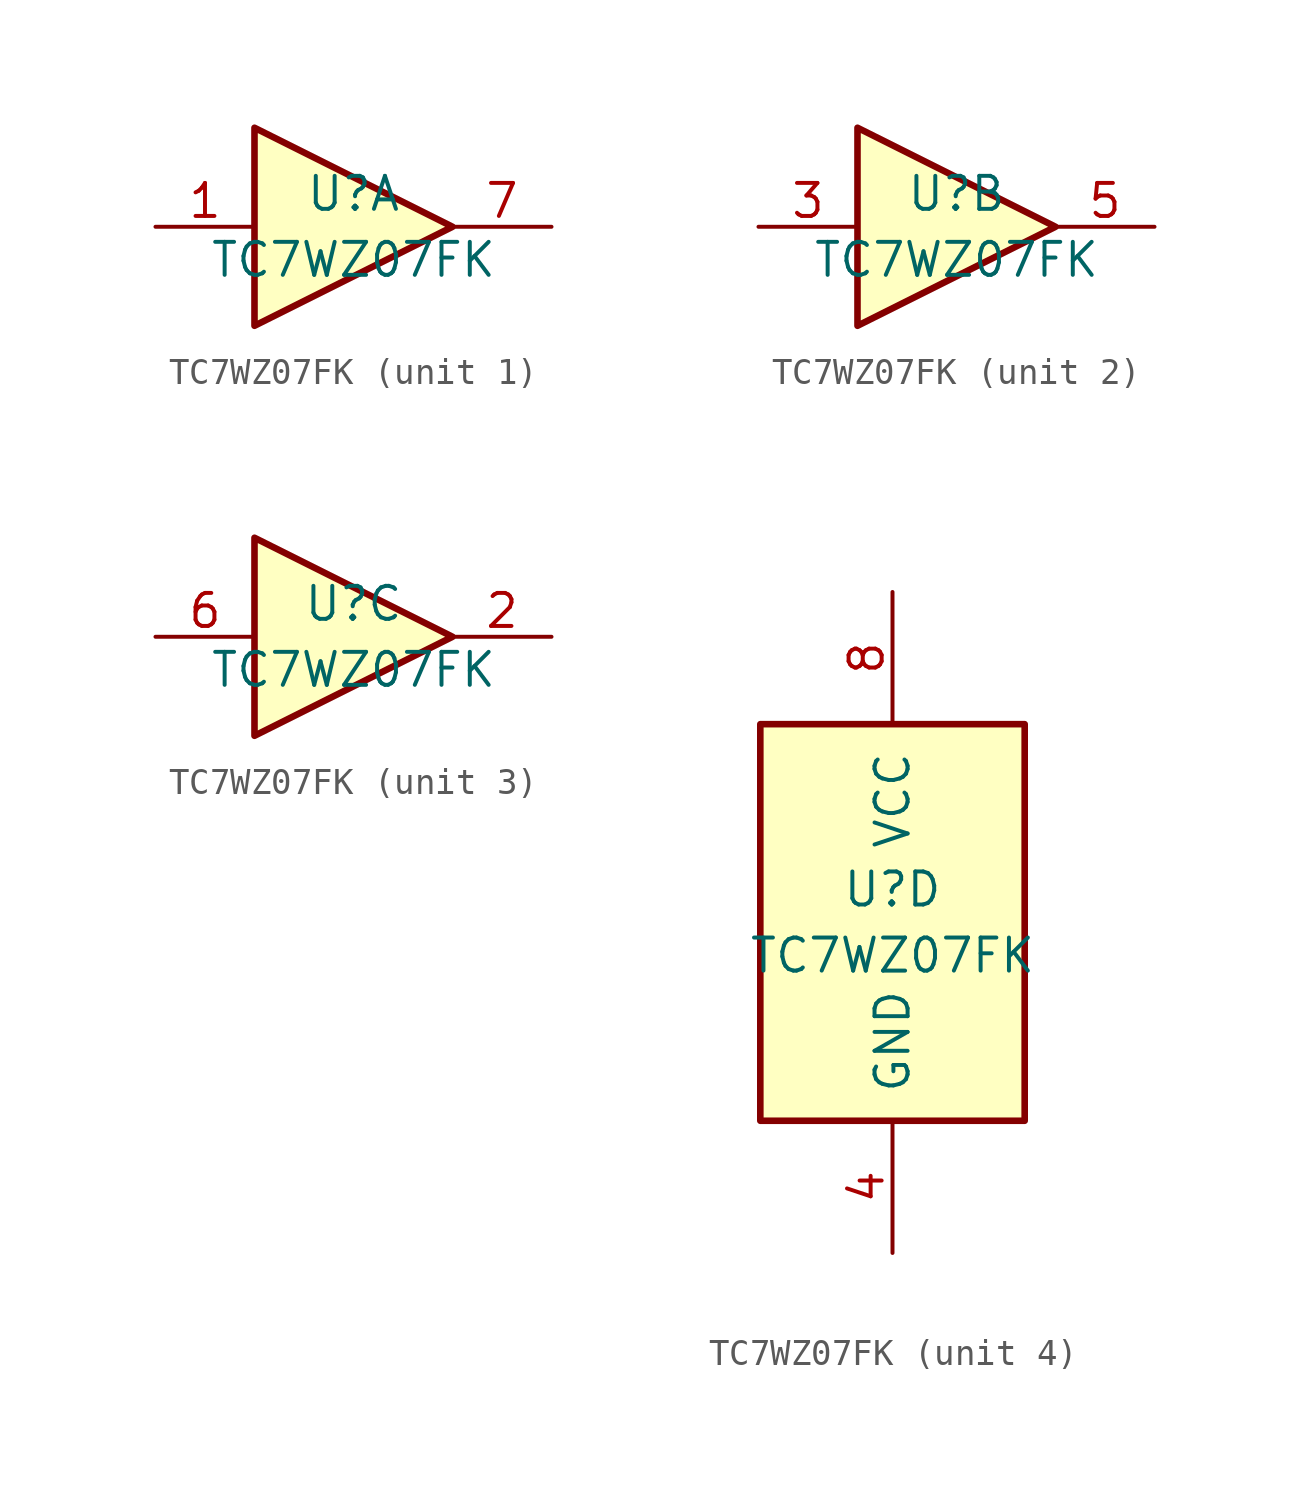
<source format=kicad_sym>
(kicad_symbol_lib
  (version 20211014)
  (generator kicad_symbol_editor)
  (symbol "TC7WZ07FK"
    (pin_names
      (offset 1.016))
    (property "Reference" "U"
      (at 0 1.27 0)
      (effects (font (size 1.27 1.27))))
    (property "Value" "TC7WZ07FK"
      (at 0 -1.27 0)
      (effects (font (size 1.27 1.27))))
    (property "ki_locked" ""
      (at 0 0 0)
      (effects (font (size 1.27 1.27))))
    (symbol "TC7WZ07FK_1_0"
      (polyline (pts (xy -3.81 3.81) (xy -3.81 -3.81) (xy 3.81 0) (xy -3.81 3.81)) (stroke (width 0.254) (type default) (color 0 0 0 0)) (fill (type background)))
      (pin input line (at -7.62 0 0) (length 3.81) (name "~" (effects (font (size 1.27 1.27)))) (number "1" (effects (font (size 1.27 1.27)))))
      (pin open_collector line (at 7.62 0 180) (length 3.81) (name "~" (effects (font (size 1.27 1.27)))) (number "7" (effects (font (size 1.27 1.27))))))
    (symbol "TC7WZ07FK_2_0"
      (polyline (pts (xy -3.81 3.81) (xy -3.81 -3.81) (xy 3.81 0) (xy -3.81 3.81)) (stroke (width 0.254) (type default) (color 0 0 0 0)) (fill (type background)))
      (pin input line (at -7.62 0 0) (length 3.81) (name "~" (effects (font (size 1.27 1.27)))) (number "3" (effects (font (size 1.27 1.27)))))
      (pin open_collector line (at 7.62 0 180) (length 3.81) (name "~" (effects (font (size 1.27 1.27)))) (number "5" (effects (font (size 1.27 1.27))))))
    (symbol "TC7WZ07FK_3_0"
      (polyline (pts (xy -3.81 3.81) (xy -3.81 -3.81) (xy 3.81 0) (xy -3.81 3.81)) (stroke (width 0.254) (type default) (color 0 0 0 0)) (fill (type background)))
      (pin open_collector line (at 7.62 0 180) (length 3.81) (name "~" (effects (font (size 1.27 1.27)))) (number "2" (effects (font (size 1.27 1.27)))))
      (pin input line (at -7.62 0 0) (length 3.81) (name "~" (effects (font (size 1.27 1.27)))) (number "6" (effects (font (size 1.27 1.27))))))
    (symbol "TC7WZ07FK_4_0"
      (pin power_in line (at 0 -12.7 90) (length 5.08) (name "GND" (effects (font (size 1.27 1.27)))) (number "4" (effects (font (size 1.27 1.27)))))
      (pin power_in line (at 0 12.7 270) (length 5.08) (name "VCC" (effects (font (size 1.27 1.27)))) (number "8" (effects (font (size 1.27 1.27))))))
    (symbol "TC7WZ07FK_4_1"
      (rectangle (start -5.08 7.62) (end 5.08 -7.62) (stroke (width 0.254) (type default) (color 0 0 0 0)) (fill (type background))))))
</source>
